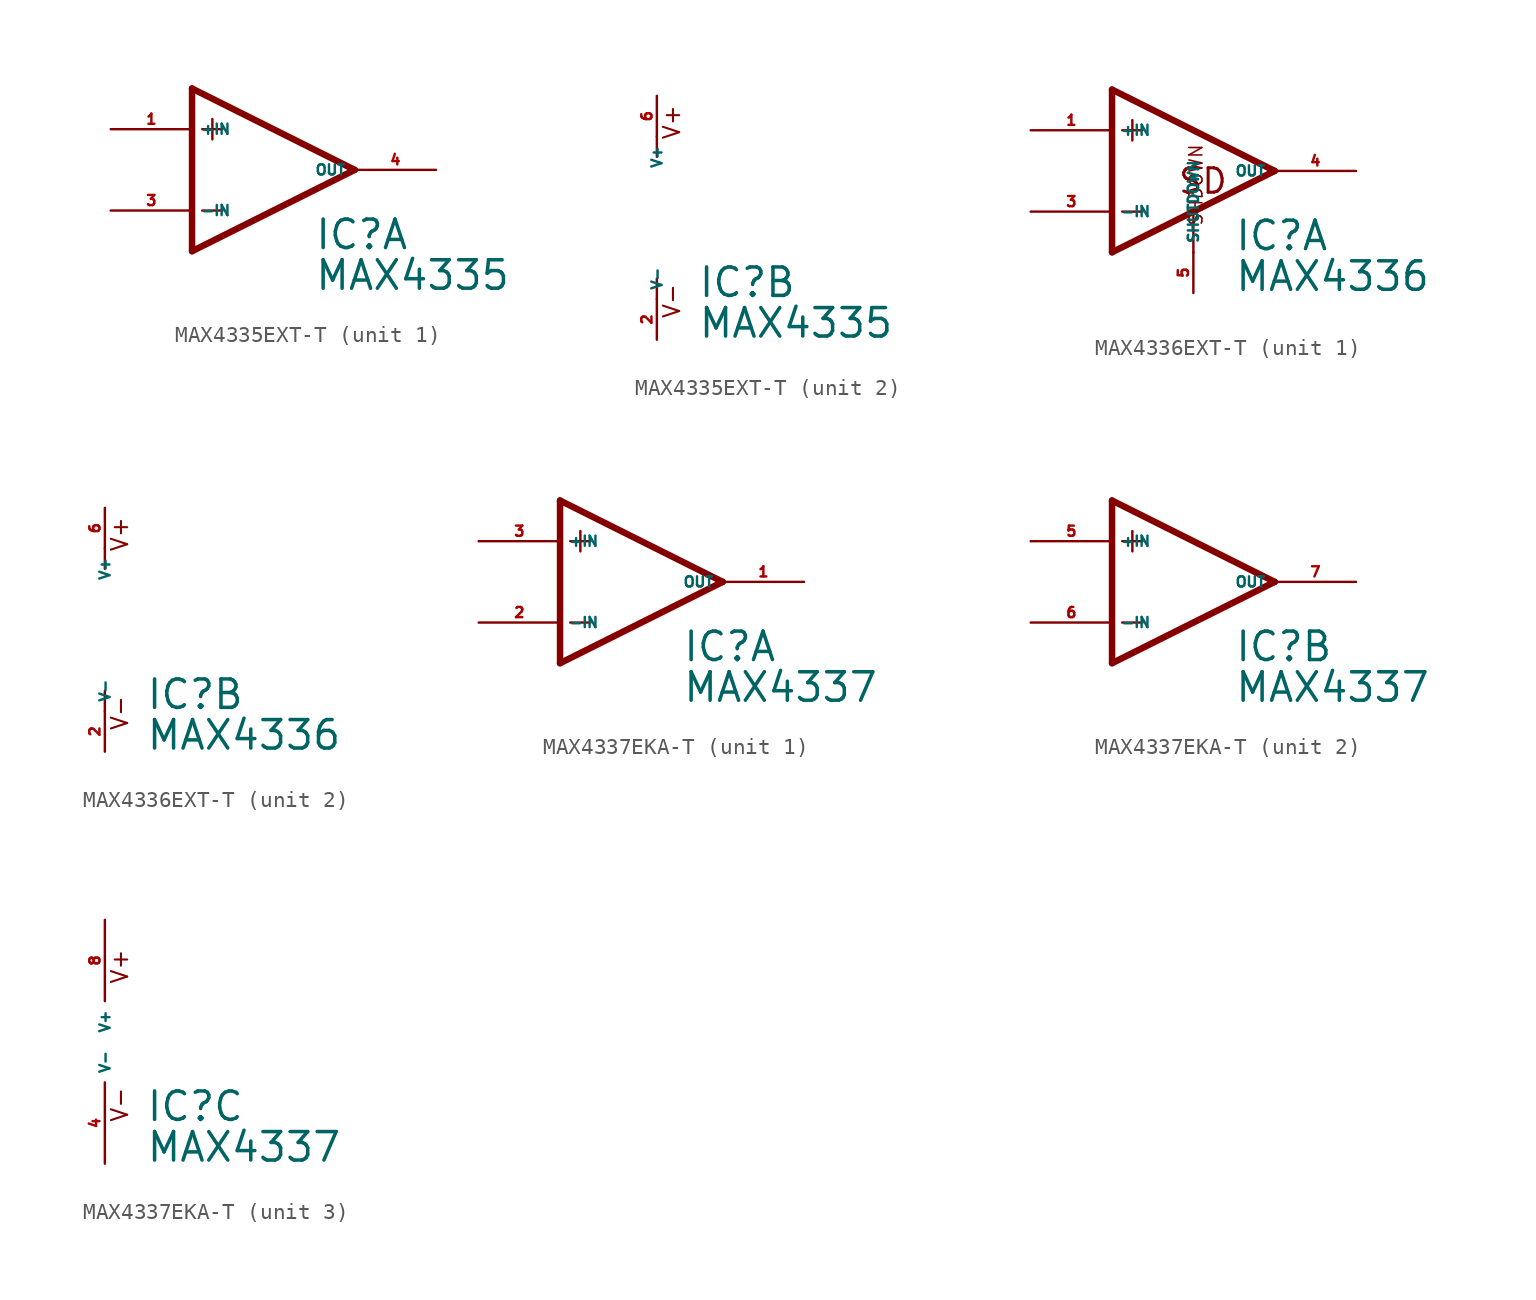
<source format=kicad_sym>
(kicad_symbol_lib
  (version 20220914)
  (generator Eagle2Kicad)
  (symbol "MAX4335EXT-T"
    (property "Reference" "IC"
      (at 2.54 -5.08 0)
      (effects (font (size 1.778 1.778) (thickness 0.22)) (justify left bottom)))
    (property "Value" "MAX4335"
      (at 2.54 -7.62 0)
      (effects (font (size 1.778 1.778) (thickness 0.22)) (justify left bottom)))
    (symbol "MAX4335EXT-T_1_0"
      (polyline (pts (xy -3.81 3.175) (xy -3.81 1.905)) (stroke (width 0.152) (type default)) (fill (type none)))
      (polyline (pts (xy -4.445 2.54) (xy -3.175 2.54)) (stroke (width 0.152) (type default)) (fill (type none)))
      (polyline (pts (xy -4.445 -2.54) (xy -3.175 -2.54)) (stroke (width 0.152) (type default)) (fill (type none)))
      (polyline (pts (xy -5.08 5.08) (xy -5.08 -5.08)) (stroke (width 0.406) (type default)) (fill (type none)))
      (polyline (pts (xy 5.08 0) (xy -5.08 5.08)) (stroke (width 0.406) (type default)) (fill (type none)))
      (polyline (pts (xy -5.08 -5.08) (xy 5.08 0)) (stroke (width 0.406) (type default)) (fill (type none)))
      (pin input line (at -10.16 -2.54 0) (length 5.08) (name "-IN" (effects (font (size 0.635 0.635) (thickness 0.08)) (justify left bottom))) (number "3" (effects (font (size 0.635 0.635) (thickness 0.08)) (justify left bottom))))
      (pin input line (at -10.16 2.54 0) (length 5.08) (name "+IN" (effects (font (size 0.635 0.635) (thickness 0.08)) (justify left bottom))) (number "1" (effects (font (size 0.635 0.635) (thickness 0.08)) (justify left bottom))))
      (pin output line (at 10.16 0 180) (length 5.08) (name "OUT" (effects (font (size 0.635 0.635) (thickness 0.08)) (justify left bottom))) (number "4" (effects (font (size 0.635 0.635) (thickness 0.08)) (justify left bottom)))))
    (symbol "MAX4335EXT-T_2_0"
      (polyline (pts (xy 0 3.81) (xy 0 5.08)) (stroke (width 0.152) (type default)) (fill (type none)))
      (polyline (pts (xy 0 -3.81) (xy 0 -5.08)) (stroke (width 0.152) (type default)) (fill (type none)))
      (text "V+" (at 1.524 4.826 900) (effects (font (size 1.016 1.016) (thickness 0.13)) (justify left bottom)))
      (text "V-" (at 1.524 -6.35 900) (effects (font (size 1.016 1.016) (thickness 0.13)) (justify left bottom)))
      (pin unspecified line (at 0 7.62 270) (length 2.54) (name "V+" (effects (font (size 0.635 0.635) (thickness 0.08)) (justify left bottom))) (number "6" (effects (font (size 0.635 0.635) (thickness 0.08)) (justify left bottom))))
      (pin unspecified line (at 0 -7.62 90) (length 2.54) (name "V-" (effects (font (size 0.635 0.635) (thickness 0.08)) (justify left bottom))) (number "2" (effects (font (size 0.635 0.635) (thickness 0.08)) (justify left bottom))))))
  (symbol "MAX4336EXT-T"
    (property "Reference" "IC"
      (at 2.54 -5.08 0)
      (effects (font (size 1.778 1.778) (thickness 0.22)) (justify left bottom)))
    (property "Value" "MAX4336"
      (at 2.54 -7.62 0)
      (effects (font (size 1.778 1.778) (thickness 0.22)) (justify left bottom)))
    (symbol "MAX4336EXT-T_1_0"
      (polyline (pts (xy -3.81 3.175) (xy -3.81 1.905)) (stroke (width 0.152) (type default)) (fill (type none)))
      (polyline (pts (xy -4.445 2.54) (xy -3.175 2.54)) (stroke (width 0.152) (type default)) (fill (type none)))
      (polyline (pts (xy -4.445 -2.54) (xy -3.175 -2.54)) (stroke (width 0.152) (type default)) (fill (type none)))
      (polyline (pts (xy 0 -2.616) (xy 0 -5.08)) (stroke (width 0.152) (type default)) (fill (type none)))
      (polyline (pts (xy -5.08 5.08) (xy -5.08 -5.08)) (stroke (width 0.406) (type default)) (fill (type none)))
      (polyline (pts (xy -5.08 -5.08) (xy 5.08 0)) (stroke (width 0.406) (type default)) (fill (type none)))
      (polyline (pts (xy 5.08 0) (xy -5.08 5.08)) (stroke (width 0.406) (type default)) (fill (type none)))
      (text "SHDOWN" (at 0.635 -3.48 2700) (effects (font (size 0.813 0.813) (thickness 0.10)) (justify left bottom)))
      (text "SD" (at -1.016 -1.524 0) (effects (font (size 1.524 1.524) (thickness 0.19)) (justify left bottom)))
      (pin input line (at -10.16 -2.54 0) (length 5.08) (name "-IN" (effects (font (size 0.635 0.635) (thickness 0.08)) (justify left bottom))) (number "3" (effects (font (size 0.635 0.635) (thickness 0.08)) (justify left bottom))))
      (pin input line (at -10.16 2.54 0) (length 5.08) (name "+IN" (effects (font (size 0.635 0.635) (thickness 0.08)) (justify left bottom))) (number "1" (effects (font (size 0.635 0.635) (thickness 0.08)) (justify left bottom))))
      (pin output line (at 10.16 0 180) (length 5.08) (name "OUT" (effects (font (size 0.635 0.635) (thickness 0.08)) (justify left bottom))) (number "4" (effects (font (size 0.635 0.635) (thickness 0.08)) (justify left bottom))))
      (pin passive line (at 0 -7.62 90) (length 2.54) (name "SHUTDOWN" (effects (font (size 0.635 0.635) (thickness 0.08)) (justify left bottom))) (number "5" (effects (font (size 0.635 0.635) (thickness 0.08)) (justify left bottom)))))
    (symbol "MAX4336EXT-T_2_0"
      (polyline (pts (xy 0 3.81) (xy 0 5.08)) (stroke (width 0.152) (type default)) (fill (type none)))
      (polyline (pts (xy 0 -3.81) (xy 0 -5.08)) (stroke (width 0.152) (type default)) (fill (type none)))
      (text "V+" (at 1.524 4.826 900) (effects (font (size 1.016 1.016) (thickness 0.13)) (justify left bottom)))
      (text "V-" (at 1.524 -6.35 900) (effects (font (size 1.016 1.016) (thickness 0.13)) (justify left bottom)))
      (pin unspecified line (at 0 7.62 270) (length 2.54) (name "V+" (effects (font (size 0.635 0.635) (thickness 0.08)) (justify left bottom))) (number "6" (effects (font (size 0.635 0.635) (thickness 0.08)) (justify left bottom))))
      (pin unspecified line (at 0 -7.62 90) (length 2.54) (name "V-" (effects (font (size 0.635 0.635) (thickness 0.08)) (justify left bottom))) (number "2" (effects (font (size 0.635 0.635) (thickness 0.08)) (justify left bottom))))))
  (symbol "MAX4337EKA-T"
    (property "Reference" "IC"
      (at 2.54 -5.08 0)
      (effects (font (size 1.778 1.778) (thickness 0.22)) (justify left bottom)))
    (property "Value" "MAX4337"
      (at 2.54 -7.62 0)
      (effects (font (size 1.778 1.778) (thickness 0.22)) (justify left bottom)))
    (symbol "MAX4337EKA-T_1_0"
      (polyline (pts (xy -3.81 3.175) (xy -3.81 1.905)) (stroke (width 0.152) (type default)) (fill (type none)))
      (polyline (pts (xy -4.445 2.54) (xy -3.175 2.54)) (stroke (width 0.152) (type default)) (fill (type none)))
      (polyline (pts (xy -4.445 -2.54) (xy -3.175 -2.54)) (stroke (width 0.152) (type default)) (fill (type none)))
      (polyline (pts (xy -5.08 5.08) (xy -5.08 -5.08)) (stroke (width 0.406) (type default)) (fill (type none)))
      (polyline (pts (xy 5.08 0) (xy -5.08 5.08)) (stroke (width 0.406) (type default)) (fill (type none)))
      (polyline (pts (xy -5.08 -5.08) (xy 5.08 0)) (stroke (width 0.406) (type default)) (fill (type none)))
      (pin input line (at -10.16 -2.54 0) (length 5.08) (name "-IN" (effects (font (size 0.635 0.635) (thickness 0.08)) (justify left bottom))) (number "2" (effects (font (size 0.635 0.635) (thickness 0.08)) (justify left bottom))))
      (pin input line (at -10.16 2.54 0) (length 5.08) (name "+IN" (effects (font (size 0.635 0.635) (thickness 0.08)) (justify left bottom))) (number "3" (effects (font (size 0.635 0.635) (thickness 0.08)) (justify left bottom))))
      (pin output line (at 10.16 0 180) (length 5.08) (name "OUT" (effects (font (size 0.635 0.635) (thickness 0.08)) (justify left bottom))) (number "1" (effects (font (size 0.635 0.635) (thickness 0.08)) (justify left bottom)))))
    (symbol "MAX4337EKA-T_2_0"
      (polyline (pts (xy -3.81 3.175) (xy -3.81 1.905)) (stroke (width 0.152) (type default)) (fill (type none)))
      (polyline (pts (xy -4.445 2.54) (xy -3.175 2.54)) (stroke (width 0.152) (type default)) (fill (type none)))
      (polyline (pts (xy -4.445 -2.54) (xy -3.175 -2.54)) (stroke (width 0.152) (type default)) (fill (type none)))
      (polyline (pts (xy -5.08 5.08) (xy -5.08 -5.08)) (stroke (width 0.406) (type default)) (fill (type none)))
      (polyline (pts (xy 5.08 0) (xy -5.08 5.08)) (stroke (width 0.406) (type default)) (fill (type none)))
      (polyline (pts (xy -5.08 -5.08) (xy 5.08 0)) (stroke (width 0.406) (type default)) (fill (type none)))
      (pin input line (at -10.16 -2.54 0) (length 5.08) (name "-IN" (effects (font (size 0.635 0.635) (thickness 0.08)) (justify left bottom))) (number "6" (effects (font (size 0.635 0.635) (thickness 0.08)) (justify left bottom))))
      (pin input line (at -10.16 2.54 0) (length 5.08) (name "+IN" (effects (font (size 0.635 0.635) (thickness 0.08)) (justify left bottom))) (number "5" (effects (font (size 0.635 0.635) (thickness 0.08)) (justify left bottom))))
      (pin output line (at 10.16 0 180) (length 5.08) (name "OUT" (effects (font (size 0.635 0.635) (thickness 0.08)) (justify left bottom))) (number "7" (effects (font (size 0.635 0.635) (thickness 0.08)) (justify left bottom)))))
    (symbol "MAX4337EKA-T_3_0"
      (text "V+" (at 1.524 3.556 900) (effects (font (size 1.016 1.016) (thickness 0.13)) (justify left bottom)))
      (text "V-" (at 1.524 -5.08 900) (effects (font (size 1.016 1.016) (thickness 0.13)) (justify left bottom)))
      (pin unspecified line (at 0 7.62 270) (length 5.08) (name "V+" (effects (font (size 0.635 0.635) (thickness 0.08)) (justify left bottom))) (number "8" (effects (font (size 0.635 0.635) (thickness 0.08)) (justify left bottom))))
      (pin unspecified line (at 0 -7.62 90) (length 5.08) (name "V-" (effects (font (size 0.635 0.635) (thickness 0.08)) (justify left bottom))) (number "4" (effects (font (size 0.635 0.635) (thickness 0.08)) (justify left bottom)))))))
</source>
